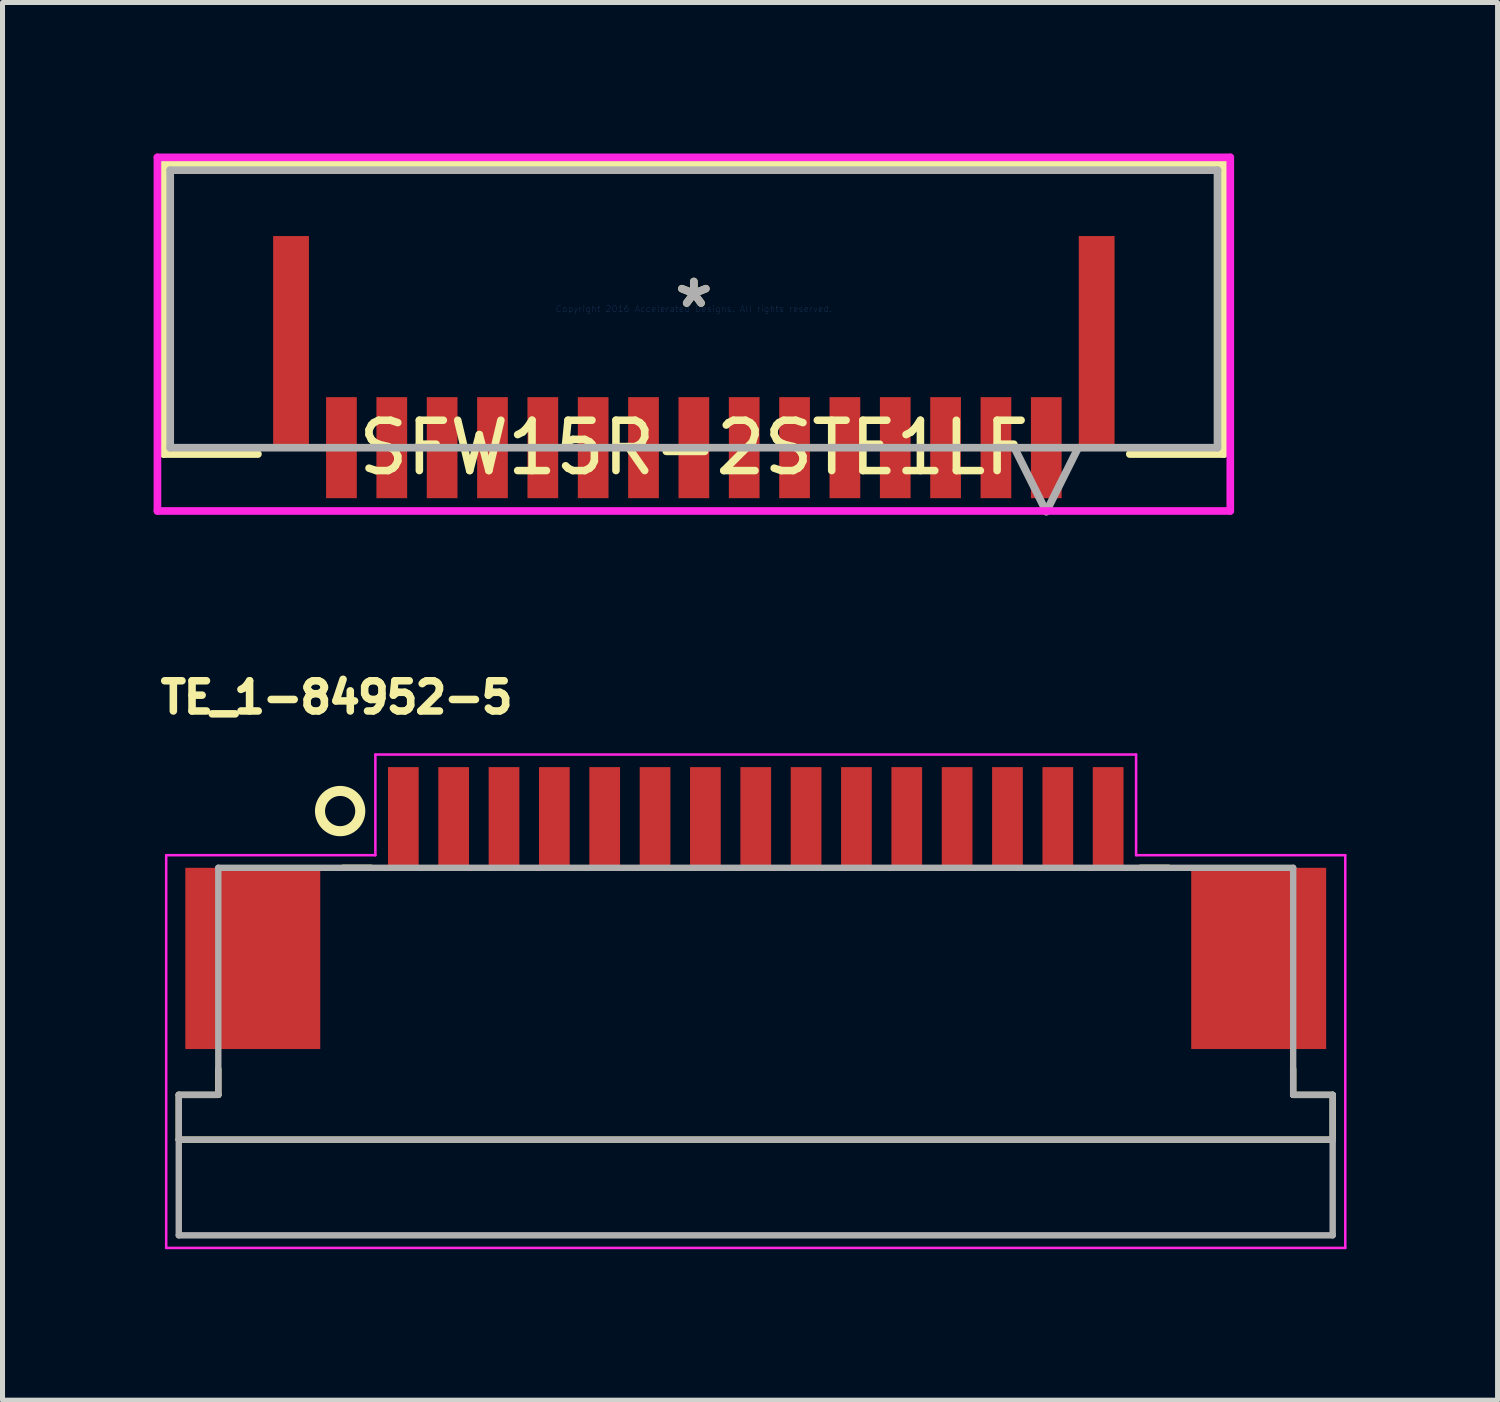
<source format=kicad_pcb>
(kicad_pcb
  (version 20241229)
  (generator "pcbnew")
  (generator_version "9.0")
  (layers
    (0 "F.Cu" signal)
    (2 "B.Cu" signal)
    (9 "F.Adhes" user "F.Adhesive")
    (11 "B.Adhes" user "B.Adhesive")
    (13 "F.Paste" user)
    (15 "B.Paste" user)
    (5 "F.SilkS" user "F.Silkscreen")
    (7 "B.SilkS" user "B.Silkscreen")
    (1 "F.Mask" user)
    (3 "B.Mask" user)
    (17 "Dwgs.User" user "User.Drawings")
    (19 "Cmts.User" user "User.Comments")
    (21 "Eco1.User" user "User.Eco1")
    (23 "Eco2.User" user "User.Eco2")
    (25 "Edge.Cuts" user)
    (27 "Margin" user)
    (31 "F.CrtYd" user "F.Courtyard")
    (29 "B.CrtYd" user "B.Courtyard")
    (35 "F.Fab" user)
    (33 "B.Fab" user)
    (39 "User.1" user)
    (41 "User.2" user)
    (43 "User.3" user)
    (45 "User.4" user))
  (footprint "SFW15R-2STE1LF"
    (layer "F.Cu")
    (at 10.732 3.086)
    (property "Reference" "SFW15R-2STE1LF" (at 0 2.756 0) (layer "F.SilkS") (effects (font (size 1 1) (thickness 0.15))))
    (attr through_hole)
    (fp_line (start -10.528 -2.883) (end -10.528 2.883) (stroke (width 0.152) (type solid)) (layer "F.SilkS"))
    (fp_line (start -10.528 2.883) (end -8.659 2.883) (stroke (width 0.152) (type solid)) (layer "F.SilkS"))
    (fp_line (start 8.659 2.883) (end 10.528 2.883) (stroke (width 0.152) (type solid)) (layer "F.SilkS"))
    (fp_line (start 10.528 -2.883) (end -10.528 -2.883) (stroke (width 0.152) (type solid)) (layer "F.SilkS"))
    (fp_line (start 10.528 2.883) (end 10.528 -2.883) (stroke (width 0.152) (type solid)) (layer "F.SilkS"))
    (fp_line (start -10.655 -3.01) (end -10.655 4.013) (stroke (width 0.152) (type solid)) (layer "F.CrtYd"))
    (fp_line (start -10.655 4.013) (end 10.655 4.013) (stroke (width 0.152) (type solid)) (layer "F.CrtYd"))
    (fp_line (start 10.655 -3.01) (end -10.655 -3.01) (stroke (width 0.152) (type solid)) (layer "F.CrtYd"))
    (fp_line (start 10.655 4.013) (end 10.655 -3.01) (stroke (width 0.152) (type solid)) (layer "F.CrtYd"))
    (fp_line (start -10.401 -2.756) (end -10.401 2.756) (stroke (width 0.152) (type solid)) (layer "F.Fab"))
    (fp_line (start -10.401 2.756) (end 10.401 2.756) (stroke (width 0.152) (type solid)) (layer "F.Fab"))
    (fp_line (start 6.365 2.756) (end 7 4.026) (stroke (width 0.152) (type solid)) (layer "F.Fab"))
    (fp_line (start 7.635 2.756) (end 7 4.026) (stroke (width 0.152) (type solid)) (layer "F.Fab"))
    (fp_line (start 10.401 -2.756) (end -10.401 -2.756) (stroke (width 0.152) (type solid)) (layer "F.Fab"))
    (fp_line (start 10.401 2.756) (end 10.401 -2.756) (stroke (width 0.152) (type solid)) (layer "F.Fab"))
    (fp_text user "*" (at 0 0 0) (layer "F.SilkS") (effects (font (size 1 1) (thickness 0.15))))
    (fp_text user "Copyright 2016 Accelerated Designs. All rights reserved." (at 0 0 0) (layer "Cmts.User") (effects (font (size 0.127 0.127) (thickness 0.002))))
    (fp_text user "*" (at 0 0 0) (layer "F.Fab") (effects (font (size 1 1) (thickness 0.15))))
    (pad "1" smd rect (at 7 2.756) (size 0.61 2.007) (layers "F.Cu" "F.Mask" "F.Paste"))
    (pad "2" smd rect (at 6 2.756) (size 0.61 2.007) (layers "F.Cu" "F.Mask" "F.Paste"))
    (pad "3" smd rect (at 5 2.756) (size 0.61 2.007) (layers "F.Cu" "F.Mask" "F.Paste"))
    (pad "4" smd rect (at 4 2.756) (size 0.61 2.007) (layers "F.Cu" "F.Mask" "F.Paste"))
    (pad "5" smd rect (at 3 2.756) (size 0.61 2.007) (layers "F.Cu" "F.Mask" "F.Paste"))
    (pad "6" smd rect (at 2 2.756) (size 0.61 2.007) (layers "F.Cu" "F.Mask" "F.Paste"))
    (pad "7" smd rect (at 1 2.756) (size 0.61 2.007) (layers "F.Cu" "F.Mask" "F.Paste"))
    (pad "8" smd rect (at 0 2.756) (size 0.61 2.007) (layers "F.Cu" "F.Mask" "F.Paste"))
    (pad "9" smd rect (at -1 2.756) (size 0.61 2.007) (layers "F.Cu" "F.Mask" "F.Paste"))
    (pad "10" smd rect (at -2 2.756) (size 0.61 2.007) (layers "F.Cu" "F.Mask" "F.Paste"))
    (pad "11" smd rect (at -3 2.756) (size 0.61 2.007) (layers "F.Cu" "F.Mask" "F.Paste"))
    (pad "12" smd rect (at -4 2.756) (size 0.61 2.007) (layers "F.Cu" "F.Mask" "F.Paste"))
    (pad "13" smd rect (at -5 2.756) (size 0.61 2.007) (layers "F.Cu" "F.Mask" "F.Paste"))
    (pad "14" smd rect (at -6 2.756) (size 0.61 2.007) (layers "F.Cu" "F.Mask" "F.Paste"))
    (pad "15" smd rect (at -7 2.756) (size 0.61 2.007) (layers "F.Cu" "F.Mask" "F.Paste"))
    (pad "16" smd rect (at -8.001 0.648) (size 0.711 4.191) (layers "F.Cu" "F.Mask" "F.Paste"))
    (pad "17" smd rect (at 8.001 0.648) (size 0.711 4.191) (layers "F.Cu" "F.Mask" "F.Paste")))
  (footprint "TE_1-84952-5"
    (layer "F.Cu")
    (at 11.961 13.187)
    (property "Reference" "TE_1-84952-5" (at -8.325 -2.385 0) (layer "F.SilkS") (effects (font (size 0.6 0.6) (thickness 0.15))))
    (attr smd)
    (fp_line (start -11.46 6.4) (end -11.46 5.51) (stroke (width 0.127) (type solid)) (layer "F.SilkS"))
    (fp_line (start -10.675 5) (end -10.675 5.51) (stroke (width 0.127) (type solid)) (layer "F.SilkS"))
    (fp_line (start -10.675 5.51) (end -11.46 5.51) (stroke (width 0.127) (type solid)) (layer "F.SilkS"))
    (fp_line (start -8.2 1) (end -7.64 1) (stroke (width 0.127) (type solid)) (layer "F.SilkS"))
    (fp_line (start 7.64 1) (end 8.2 1) (stroke (width 0.127) (type solid)) (layer "F.SilkS"))
    (fp_line (start 10.675 5) (end 10.675 5.51) (stroke (width 0.127) (type solid)) (layer "F.SilkS"))
    (fp_line (start 11.46 5.51) (end 10.675 5.51) (stroke (width 0.127) (type solid)) (layer "F.SilkS"))
    (fp_line (start 11.46 5.51) (end 11.46 6.4) (stroke (width 0.127) (type solid)) (layer "F.SilkS"))
    (fp_line (start 11.46 6.4) (end -11.46 6.4) (stroke (width 0.127) (type solid)) (layer "F.SilkS"))
    (fp_circle (center -8.255 -0.127) (end -7.855 -0.127) (stroke (width 0.2) (type solid)) (fill no) (layer "F.SilkS"))
    (fp_line (start -11.71 0.75) (end -7.555 0.75) (stroke (width 0.05) (type solid)) (layer "F.CrtYd"))
    (fp_line (start -11.71 8.55) (end -11.71 0.75) (stroke (width 0.05) (type solid)) (layer "F.CrtYd"))
    (fp_line (start -7.555 -1.25) (end 7.555 -1.25) (stroke (width 0.05) (type solid)) (layer "F.CrtYd"))
    (fp_line (start -7.555 0.75) (end -7.555 -1.25) (stroke (width 0.05) (type solid)) (layer "F.CrtYd"))
    (fp_line (start 7.555 -1.25) (end 7.555 0.75) (stroke (width 0.05) (type solid)) (layer "F.CrtYd"))
    (fp_line (start 7.555 0.75) (end 11.71 0.75) (stroke (width 0.05) (type solid)) (layer "F.CrtYd"))
    (fp_line (start 11.71 0.75) (end 11.71 8.55) (stroke (width 0.05) (type solid)) (layer "F.CrtYd"))
    (fp_line (start 11.71 8.55) (end -11.71 8.55) (stroke (width 0.05) (type solid)) (layer "F.CrtYd"))
    (fp_line (start -11.46 5.51) (end -11.46 6.4) (stroke (width 0.127) (type solid)) (layer "F.Fab"))
    (fp_line (start -11.46 8.3) (end -11.46 6.4) (stroke (width 0.127) (type solid)) (layer "F.Fab"))
    (fp_line (start -10.675 1) (end -10.675 5.51) (stroke (width 0.127) (type solid)) (layer "F.Fab"))
    (fp_line (start -10.675 1) (end 10.675 1) (stroke (width 0.127) (type solid)) (layer "F.Fab"))
    (fp_line (start -10.675 5.51) (end -11.46 5.51) (stroke (width 0.127) (type solid)) (layer "F.Fab"))
    (fp_line (start 10.675 1) (end 10.675 5.51) (stroke (width 0.127) (type solid)) (layer "F.Fab"))
    (fp_line (start 11.46 5.51) (end 10.675 5.51) (stroke (width 0.127) (type solid)) (layer "F.Fab"))
    (fp_line (start 11.46 5.51) (end 11.46 6.4) (stroke (width 0.127) (type solid)) (layer "F.Fab"))
    (fp_line (start 11.46 6.4) (end -11.46 6.4) (stroke (width 0.127) (type solid)) (layer "F.Fab"))
    (fp_line (start 11.46 6.4) (end 11.46 8.3) (stroke (width 0.127) (type solid)) (layer "F.Fab"))
    (fp_line (start 11.46 8.3) (end -11.46 8.3) (stroke (width 0.127) (type solid)) (layer "F.Fab"))
    (pad "1" smd rect (at -7 0) (size 0.61 2) (layers "F.Cu" "F.Mask" "F.Paste"))
    (pad "2" smd rect (at -6 0) (size 0.61 2) (layers "F.Cu" "F.Mask" "F.Paste"))
    (pad "3" smd rect (at -5 0) (size 0.61 2) (layers "F.Cu" "F.Mask" "F.Paste"))
    (pad "4" smd rect (at -4 0) (size 0.61 2) (layers "F.Cu" "F.Mask" "F.Paste"))
    (pad "5" smd rect (at -3 0) (size 0.61 2) (layers "F.Cu" "F.Mask" "F.Paste"))
    (pad "6" smd rect (at -2 0) (size 0.61 2) (layers "F.Cu" "F.Mask" "F.Paste"))
    (pad "7" smd rect (at -1 0) (size 0.61 2) (layers "F.Cu" "F.Mask" "F.Paste"))
    (pad "8" smd rect (at 0 0) (size 0.61 2) (layers "F.Cu" "F.Mask" "F.Paste"))
    (pad "9" smd rect (at 1 0) (size 0.61 2) (layers "F.Cu" "F.Mask" "F.Paste"))
    (pad "10" smd rect (at 2 0) (size 0.61 2) (layers "F.Cu" "F.Mask" "F.Paste"))
    (pad "11" smd rect (at 3 0) (size 0.61 2) (layers "F.Cu" "F.Mask" "F.Paste"))
    (pad "12" smd rect (at 4 0) (size 0.61 2) (layers "F.Cu" "F.Mask" "F.Paste"))
    (pad "13" smd rect (at 5 0) (size 0.61 2) (layers "F.Cu" "F.Mask" "F.Paste"))
    (pad "14" smd rect (at 6 0) (size 0.61 2) (layers "F.Cu" "F.Mask" "F.Paste"))
    (pad "15" smd rect (at 7 0) (size 0.61 2) (layers "F.Cu" "F.Mask" "F.Paste"))
    (pad "S1" smd rect (at -9.99 2.8) (size 2.68 3.6) (layers "F.Cu" "F.Mask" "F.Paste"))
    (pad "S2" smd rect (at 9.99 2.8) (size 2.68 3.6) (layers "F.Cu" "F.Mask" "F.Paste")))
  (gr_rect
    (start -3 -3)
    (end 26.696 24.762)
    (stroke (width 0.1) (type default))
    (fill no)
    (layer "Edge.Cuts")))
</source>
